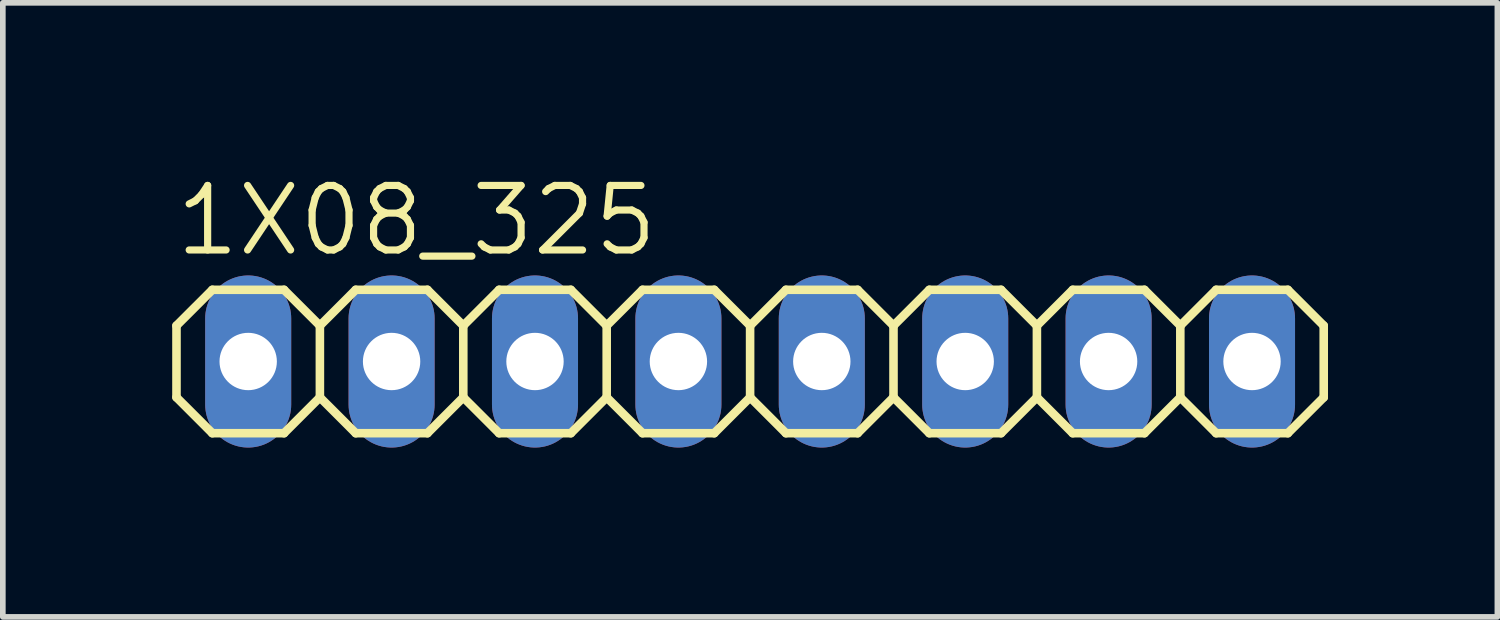
<source format=kicad_pcb>
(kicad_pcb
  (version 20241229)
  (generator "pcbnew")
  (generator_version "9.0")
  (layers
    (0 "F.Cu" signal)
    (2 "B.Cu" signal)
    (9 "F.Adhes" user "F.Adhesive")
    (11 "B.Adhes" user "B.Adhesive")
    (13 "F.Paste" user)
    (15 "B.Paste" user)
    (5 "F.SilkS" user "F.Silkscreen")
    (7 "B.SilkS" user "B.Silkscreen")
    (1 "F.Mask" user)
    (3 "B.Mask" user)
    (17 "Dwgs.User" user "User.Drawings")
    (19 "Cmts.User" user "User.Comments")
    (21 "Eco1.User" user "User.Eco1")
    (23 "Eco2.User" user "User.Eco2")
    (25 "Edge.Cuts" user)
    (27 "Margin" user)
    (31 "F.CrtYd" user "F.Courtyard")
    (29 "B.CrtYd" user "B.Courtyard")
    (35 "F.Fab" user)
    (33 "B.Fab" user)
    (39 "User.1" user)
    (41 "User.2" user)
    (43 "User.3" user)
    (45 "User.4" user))
  (footprint "1X08_325"
    (layer "F.Cu")
    (at 10.236 3.353)
    (property "Reference" "1X08_325" (at -10.236 -1.829 0) (unlocked yes) (layer "F.SilkS") (effects (font (size 1.143 1.143) (thickness 0.127)) (justify left bottom)))
    (fp_line (start -10.16 -0.635) (end -10.16 0.635) (stroke (width 0.152) (type solid)) (layer "F.SilkS"))
    (fp_line (start -10.16 0.635) (end -9.525 1.27) (stroke (width 0.152) (type solid)) (layer "F.SilkS"))
    (fp_line (start -9.525 -1.27) (end -10.16 -0.635) (stroke (width 0.152) (type solid)) (layer "F.SilkS"))
    (fp_line (start -9.525 -1.27) (end -8.255 -1.27) (stroke (width 0.152) (type solid)) (layer "F.SilkS"))
    (fp_line (start -8.255 -1.27) (end -7.62 -0.635) (stroke (width 0.152) (type solid)) (layer "F.SilkS"))
    (fp_line (start -8.255 1.27) (end -9.525 1.27) (stroke (width 0.152) (type solid)) (layer "F.SilkS"))
    (fp_line (start -7.62 -0.635) (end -7.62 0.635) (stroke (width 0.152) (type solid)) (layer "F.SilkS"))
    (fp_line (start -7.62 -0.635) (end -6.985 -1.27) (stroke (width 0.152) (type solid)) (layer "F.SilkS"))
    (fp_line (start -7.62 0.635) (end -8.255 1.27) (stroke (width 0.152) (type solid)) (layer "F.SilkS"))
    (fp_line (start -6.985 -1.27) (end -5.715 -1.27) (stroke (width 0.152) (type solid)) (layer "F.SilkS"))
    (fp_line (start -6.985 1.27) (end -7.62 0.635) (stroke (width 0.152) (type solid)) (layer "F.SilkS"))
    (fp_line (start -5.715 -1.27) (end -5.08 -0.635) (stroke (width 0.152) (type solid)) (layer "F.SilkS"))
    (fp_line (start -5.715 1.27) (end -6.985 1.27) (stroke (width 0.152) (type solid)) (layer "F.SilkS"))
    (fp_line (start -5.08 -0.635) (end -5.08 0.635) (stroke (width 0.152) (type solid)) (layer "F.SilkS"))
    (fp_line (start -5.08 -0.635) (end -4.445 -1.27) (stroke (width 0.152) (type solid)) (layer "F.SilkS"))
    (fp_line (start -5.08 0.635) (end -5.715 1.27) (stroke (width 0.152) (type solid)) (layer "F.SilkS"))
    (fp_line (start -4.445 -1.27) (end -3.175 -1.27) (stroke (width 0.152) (type solid)) (layer "F.SilkS"))
    (fp_line (start -4.445 1.27) (end -5.08 0.635) (stroke (width 0.152) (type solid)) (layer "F.SilkS"))
    (fp_line (start -3.175 -1.27) (end -2.54 -0.635) (stroke (width 0.152) (type solid)) (layer "F.SilkS"))
    (fp_line (start -3.175 1.27) (end -4.445 1.27) (stroke (width 0.152) (type solid)) (layer "F.SilkS"))
    (fp_line (start -2.54 -0.635) (end -2.54 0.635) (stroke (width 0.152) (type solid)) (layer "F.SilkS"))
    (fp_line (start -2.54 0.635) (end -3.175 1.27) (stroke (width 0.152) (type solid)) (layer "F.SilkS"))
    (fp_line (start -2.54 0.635) (end -1.905 1.27) (stroke (width 0.152) (type solid)) (layer "F.SilkS"))
    (fp_line (start -1.905 -1.27) (end -2.54 -0.635) (stroke (width 0.152) (type solid)) (layer "F.SilkS"))
    (fp_line (start -1.905 -1.27) (end -0.635 -1.27) (stroke (width 0.152) (type solid)) (layer "F.SilkS"))
    (fp_line (start -0.635 -1.27) (end 0 -0.635) (stroke (width 0.152) (type solid)) (layer "F.SilkS"))
    (fp_line (start -0.635 1.27) (end -1.905 1.27) (stroke (width 0.152) (type solid)) (layer "F.SilkS"))
    (fp_line (start 0 -0.635) (end 0 0.635) (stroke (width 0.152) (type solid)) (layer "F.SilkS"))
    (fp_line (start 0 -0.635) (end 0.635 -1.27) (stroke (width 0.152) (type solid)) (layer "F.SilkS"))
    (fp_line (start 0 0.635) (end -0.635 1.27) (stroke (width 0.152) (type solid)) (layer "F.SilkS"))
    (fp_line (start 0.635 -1.27) (end 1.905 -1.27) (stroke (width 0.152) (type solid)) (layer "F.SilkS"))
    (fp_line (start 0.635 1.27) (end 0 0.635) (stroke (width 0.152) (type solid)) (layer "F.SilkS"))
    (fp_line (start 1.905 -1.27) (end 2.54 -0.635) (stroke (width 0.152) (type solid)) (layer "F.SilkS"))
    (fp_line (start 1.905 1.27) (end 0.635 1.27) (stroke (width 0.152) (type solid)) (layer "F.SilkS"))
    (fp_line (start 2.54 -0.635) (end 2.54 0.635) (stroke (width 0.152) (type solid)) (layer "F.SilkS"))
    (fp_line (start 2.54 -0.635) (end 3.175 -1.27) (stroke (width 0.152) (type solid)) (layer "F.SilkS"))
    (fp_line (start 2.54 0.635) (end 1.905 1.27) (stroke (width 0.152) (type solid)) (layer "F.SilkS"))
    (fp_line (start 3.175 -1.27) (end 4.445 -1.27) (stroke (width 0.152) (type solid)) (layer "F.SilkS"))
    (fp_line (start 3.175 1.27) (end 2.54 0.635) (stroke (width 0.152) (type solid)) (layer "F.SilkS"))
    (fp_line (start 4.445 -1.27) (end 5.08 -0.635) (stroke (width 0.152) (type solid)) (layer "F.SilkS"))
    (fp_line (start 4.445 1.27) (end 3.175 1.27) (stroke (width 0.152) (type solid)) (layer "F.SilkS"))
    (fp_line (start 5.08 -0.635) (end 5.08 0.635) (stroke (width 0.152) (type solid)) (layer "F.SilkS"))
    (fp_line (start 5.08 0.635) (end 4.445 1.27) (stroke (width 0.152) (type solid)) (layer "F.SilkS"))
    (fp_line (start 5.08 0.635) (end 5.715 1.27) (stroke (width 0.152) (type solid)) (layer "F.SilkS"))
    (fp_line (start 5.715 -1.27) (end 5.08 -0.635) (stroke (width 0.152) (type solid)) (layer "F.SilkS"))
    (fp_line (start 5.715 -1.27) (end 6.985 -1.27) (stroke (width 0.152) (type solid)) (layer "F.SilkS"))
    (fp_line (start 6.985 -1.27) (end 7.62 -0.635) (stroke (width 0.152) (type solid)) (layer "F.SilkS"))
    (fp_line (start 6.985 1.27) (end 5.715 1.27) (stroke (width 0.152) (type solid)) (layer "F.SilkS"))
    (fp_line (start 7.62 -0.635) (end 7.62 0.635) (stroke (width 0.152) (type solid)) (layer "F.SilkS"))
    (fp_line (start 7.62 0.635) (end 6.985 1.27) (stroke (width 0.152) (type solid)) (layer "F.SilkS"))
    (fp_line (start 7.62 0.635) (end 8.255 1.27) (stroke (width 0.152) (type solid)) (layer "F.SilkS"))
    (fp_line (start 8.255 -1.27) (end 7.62 -0.635) (stroke (width 0.152) (type solid)) (layer "F.SilkS"))
    (fp_line (start 8.255 -1.27) (end 9.525 -1.27) (stroke (width 0.152) (type solid)) (layer "F.SilkS"))
    (fp_line (start 9.525 -1.27) (end 10.16 -0.635) (stroke (width 0.152) (type solid)) (layer "F.SilkS"))
    (fp_line (start 9.525 1.27) (end 8.255 1.27) (stroke (width 0.152) (type solid)) (layer "F.SilkS"))
    (fp_line (start 10.16 -0.635) (end 10.16 0.635) (stroke (width 0.152) (type solid)) (layer "F.SilkS"))
    (fp_line (start 10.16 0.635) (end 9.525 1.27) (stroke (width 0.152) (type solid)) (layer "F.SilkS"))
    (fp_poly (pts (xy -9.144 0.254) (xy -8.636 0.254) (xy -8.636 -0.254) (xy -9.144 -0.254)) (stroke (width 0.1) (type default)) (fill no) (layer "F.Fab"))
    (fp_poly (pts (xy -6.604 0.254) (xy -6.096 0.254) (xy -6.096 -0.254) (xy -6.604 -0.254)) (stroke (width 0.1) (type default)) (fill no) (layer "F.Fab"))
    (fp_poly (pts (xy -4.064 0.254) (xy -3.556 0.254) (xy -3.556 -0.254) (xy -4.064 -0.254)) (stroke (width 0.1) (type default)) (fill no) (layer "F.Fab"))
    (fp_poly (pts (xy -1.524 0.254) (xy -1.016 0.254) (xy -1.016 -0.254) (xy -1.524 -0.254)) (stroke (width 0.1) (type default)) (fill no) (layer "F.Fab"))
    (fp_poly (pts (xy 1.016 0.254) (xy 1.524 0.254) (xy 1.524 -0.254) (xy 1.016 -0.254)) (stroke (width 0.1) (type default)) (fill no) (layer "F.Fab"))
    (fp_poly (pts (xy 3.556 0.254) (xy 4.064 0.254) (xy 4.064 -0.254) (xy 3.556 -0.254)) (stroke (width 0.1) (type default)) (fill no) (layer "F.Fab"))
    (fp_poly (pts (xy 6.096 0.254) (xy 6.604 0.254) (xy 6.604 -0.254) (xy 6.096 -0.254)) (stroke (width 0.1) (type default)) (fill no) (layer "F.Fab"))
    (fp_poly (pts (xy 8.636 0.254) (xy 9.144 0.254) (xy 9.144 -0.254) (xy 8.636 -0.254)) (stroke (width 0.1) (type default)) (fill no) (layer "F.Fab"))
    (pad "1" thru_hole oval (at -8.89 0 90) (size 3.048 1.524) (drill 1.016) (layers "*.Cu" "*.Mask"))
    (pad "2" thru_hole oval (at -6.35 0 90) (size 3.048 1.524) (drill 1.016) (layers "*.Cu" "*.Mask"))
    (pad "3" thru_hole oval (at -3.81 0 90) (size 3.048 1.524) (drill 1.016) (layers "*.Cu" "*.Mask"))
    (pad "4" thru_hole oval (at -1.27 0 90) (size 3.048 1.524) (drill 1.016) (layers "*.Cu" "*.Mask"))
    (pad "5" thru_hole oval (at 1.27 0 90) (size 3.048 1.524) (drill 1.016) (layers "*.Cu" "*.Mask"))
    (pad "6" thru_hole oval (at 3.81 0 90) (size 3.048 1.524) (drill 1.016) (layers "*.Cu" "*.Mask"))
    (pad "7" thru_hole oval (at 6.35 0 90) (size 3.048 1.524) (drill 1.016) (layers "*.Cu" "*.Mask"))
    (pad "8" thru_hole oval (at 8.89 0 90) (size 3.048 1.524) (drill 1.016) (layers "*.Cu" "*.Mask")))
  (gr_rect
    (start -3 -3)
    (end 23.472 7.877)
    (stroke (width 0.1) (type default))
    (fill no)
    (layer "Edge.Cuts")))
</source>
